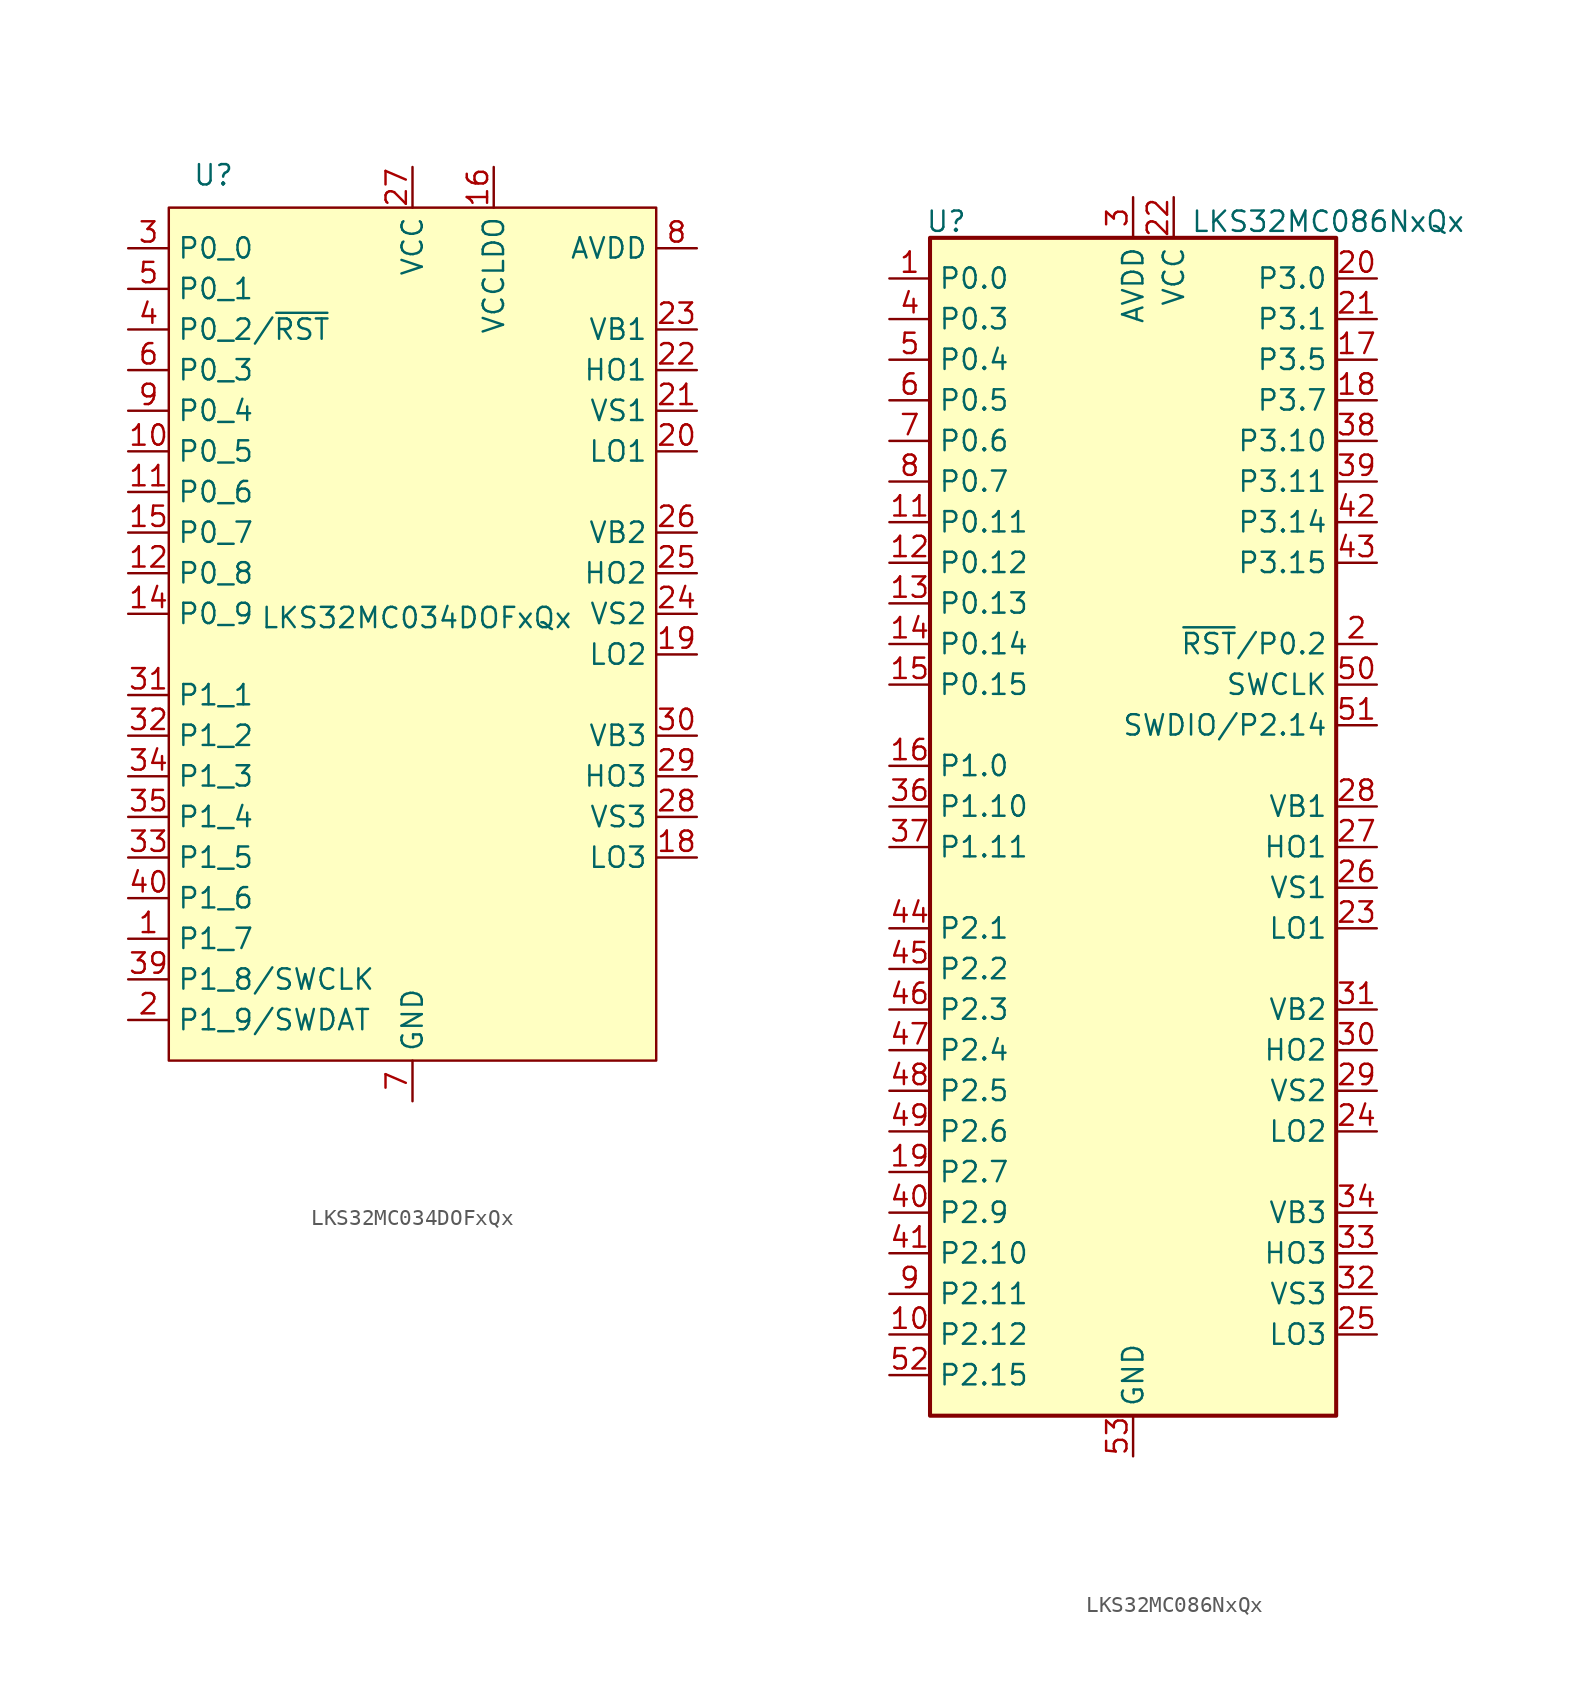
<source format=kicad_sym>
(kicad_symbol_lib
  (version 20231120)
  (generator "kicad_symbol_editor")
  (generator_version "8.0")
  (symbol "LKS32MC034DOFxQx"
    (property "Reference" "U"
      (at -12.446 27.432 0)
      (effects (font (size 1.27 1.27))))
    (property "Value" "LKS32MC034DOFxQx"
      (at 0.254 -0.254 0)
      (effects (font (size 1.27 1.27))))
    (symbol "LKS32MC034DOFxQx_1_1"
      (rectangle (start -15.24 25.4) (end 15.24 -27.94) (stroke (width 0) (type default)) (fill (type background)))
      (pin bidirectional line (at -17.78 -20.32 0) (length 2.54) (name "P1_7" (effects (font (size 1.27 1.27)))) (number "1" (effects (font (size 1.27 1.27)))))
      (pin bidirectional line (at -17.78 10.16 0) (length 2.54) (name "P0_5" (effects (font (size 1.27 1.27)))) (number "10" (effects (font (size 1.27 1.27)))))
      (pin bidirectional line (at -17.78 7.62 0) (length 2.54) (name "P0_6" (effects (font (size 1.27 1.27)))) (number "11" (effects (font (size 1.27 1.27)))))
      (pin bidirectional line (at -17.78 2.54 0) (length 2.54) (name "P0_8" (effects (font (size 1.27 1.27)))) (number "12" (effects (font (size 1.27 1.27)))))
      (pin passive line (at 0 -30.48 90) (length 2.54) hide (name "GND" (effects (font (size 1.27 1.27)))) (number "13" (effects (font (size 1.27 1.27)))))
      (pin bidirectional line (at -17.78 0 0) (length 2.54) (name "P0_9" (effects (font (size 1.27 1.27)))) (number "14" (effects (font (size 1.27 1.27)))))
      (pin bidirectional line (at -17.78 5.08 0) (length 2.54) (name "P0_7" (effects (font (size 1.27 1.27)))) (number "15" (effects (font (size 1.27 1.27)))))
      (pin power_in line (at 5.08 27.94 270) (length 2.54) (name "VCCLDO" (effects (font (size 1.27 1.27)))) (number "16" (effects (font (size 1.27 1.27)))))
      (pin passive line (at 0 -30.48 90) (length 2.54) hide (name "GND" (effects (font (size 1.27 1.27)))) (number "17" (effects (font (size 1.27 1.27)))))
      (pin output line (at 17.78 -15.24 180) (length 2.54) (name "LO3" (effects (font (size 1.27 1.27)))) (number "18" (effects (font (size 1.27 1.27)))))
      (pin output line (at 17.78 -2.54 180) (length 2.54) (name "LO2" (effects (font (size 1.27 1.27)))) (number "19" (effects (font (size 1.27 1.27)))))
      (pin bidirectional line (at -17.78 -25.4 0) (length 2.54) (name "P1_9/SWDAT" (effects (font (size 1.27 1.27)))) (number "2" (effects (font (size 1.27 1.27)))))
      (pin output line (at 17.78 10.16 180) (length 2.54) (name "LO1" (effects (font (size 1.27 1.27)))) (number "20" (effects (font (size 1.27 1.27)))))
      (pin input line (at 17.78 12.7 180) (length 2.54) (name "VS1" (effects (font (size 1.27 1.27)))) (number "21" (effects (font (size 1.27 1.27)))))
      (pin output line (at 17.78 15.24 180) (length 2.54) (name "HO1" (effects (font (size 1.27 1.27)))) (number "22" (effects (font (size 1.27 1.27)))))
      (pin input line (at 17.78 17.78 180) (length 2.54) (name "VB1" (effects (font (size 1.27 1.27)))) (number "23" (effects (font (size 1.27 1.27)))))
      (pin input line (at 17.78 0 180) (length 2.54) (name "VS2" (effects (font (size 1.27 1.27)))) (number "24" (effects (font (size 1.27 1.27)))))
      (pin output line (at 17.78 2.54 180) (length 2.54) (name "HO2" (effects (font (size 1.27 1.27)))) (number "25" (effects (font (size 1.27 1.27)))))
      (pin input line (at 17.78 5.08 180) (length 2.54) (name "VB2" (effects (font (size 1.27 1.27)))) (number "26" (effects (font (size 1.27 1.27)))))
      (pin power_in line (at 0 27.94 270) (length 2.54) (name "VCC" (effects (font (size 1.27 1.27)))) (number "27" (effects (font (size 1.27 1.27)))))
      (pin input line (at 17.78 -12.7 180) (length 2.54) (name "VS3" (effects (font (size 1.27 1.27)))) (number "28" (effects (font (size 1.27 1.27)))))
      (pin output line (at 17.78 -10.16 180) (length 2.54) (name "HO3" (effects (font (size 1.27 1.27)))) (number "29" (effects (font (size 1.27 1.27)))))
      (pin bidirectional line (at -17.78 22.86 0) (length 2.54) (name "P0_0" (effects (font (size 1.27 1.27)))) (number "3" (effects (font (size 1.27 1.27)))))
      (pin input line (at 17.78 -7.62 180) (length 2.54) (name "VB3" (effects (font (size 1.27 1.27)))) (number "30" (effects (font (size 1.27 1.27)))))
      (pin bidirectional line (at -17.78 -5.08 0) (length 2.54) (name "P1_1" (effects (font (size 1.27 1.27)))) (number "31" (effects (font (size 1.27 1.27)))))
      (pin bidirectional line (at -17.78 -7.62 0) (length 2.54) (name "P1_2" (effects (font (size 1.27 1.27)))) (number "32" (effects (font (size 1.27 1.27)))))
      (pin bidirectional line (at -17.78 -15.24 0) (length 2.54) (name "P1_5" (effects (font (size 1.27 1.27)))) (number "33" (effects (font (size 1.27 1.27)))))
      (pin bidirectional line (at -17.78 -10.16 0) (length 2.54) (name "P1_3" (effects (font (size 1.27 1.27)))) (number "34" (effects (font (size 1.27 1.27)))))
      (pin bidirectional line (at -17.78 -12.7 0) (length 2.54) (name "P1_4" (effects (font (size 1.27 1.27)))) (number "35" (effects (font (size 1.27 1.27)))))
      (pin no_connect line (at 15.24 -20.32 180) (length 2.54) hide (name "NC" (effects (font (size 1.27 1.27)))) (number "36" (effects (font (size 1.27 1.27)))))
      (pin no_connect line (at 15.24 -22.86 180) (length 2.54) hide (name "NC" (effects (font (size 1.27 1.27)))) (number "37" (effects (font (size 1.27 1.27)))))
      (pin no_connect line (at 15.24 -25.4 180) (length 2.54) hide (name "NC" (effects (font (size 1.27 1.27)))) (number "38" (effects (font (size 1.27 1.27)))))
      (pin bidirectional line (at -17.78 -22.86 0) (length 2.54) (name "P1_8/SWCLK" (effects (font (size 1.27 1.27)))) (number "39" (effects (font (size 1.27 1.27)))))
      (pin bidirectional line (at -17.78 17.78 0) (length 2.54) (name "P0_2/~{RST}" (effects (font (size 1.27 1.27)))) (number "4" (effects (font (size 1.27 1.27)))))
      (pin bidirectional line (at -17.78 -17.78 0) (length 2.54) (name "P1_6" (effects (font (size 1.27 1.27)))) (number "40" (effects (font (size 1.27 1.27)))))
      (pin passive line (at 0 -30.48 90) (length 2.54) hide (name "GND" (effects (font (size 1.27 1.27)))) (number "41" (effects (font (size 1.27 1.27)))))
      (pin bidirectional line (at -17.78 20.32 0) (length 2.54) (name "P0_1" (effects (font (size 1.27 1.27)))) (number "5" (effects (font (size 1.27 1.27)))))
      (pin bidirectional line (at -17.78 15.24 0) (length 2.54) (name "P0_3" (effects (font (size 1.27 1.27)))) (number "6" (effects (font (size 1.27 1.27)))))
      (pin power_in line (at 0 -30.48 90) (length 2.54) (name "GND" (effects (font (size 1.27 1.27)))) (number "7" (effects (font (size 1.27 1.27)))))
      (pin power_out line (at 17.78 22.86 180) (length 2.54) (name "AVDD" (effects (font (size 1.27 1.27)))) (number "8" (effects (font (size 1.27 1.27)))))
      (pin bidirectional line (at -17.78 12.7 0) (length 2.54) (name "P0_4" (effects (font (size 1.27 1.27)))) (number "9" (effects (font (size 1.27 1.27)))))))
  (symbol "LKS32MC086NxQx"
    (property "Reference" "U"
      (at -11.684 36.576 0)
      (effects (font (size 1.27 1.27))))
    (property "Value" "LKS32MC086NxQx"
      (at 12.192 36.576 0)
      (effects (font (size 1.27 1.27))))
    (symbol "LKS32MC086NxQx_1_1"
      (rectangle (start -12.7 35.56) (end 12.7 -38.1) (stroke (width 0.254) (type default)) (fill (type background)))
      (pin bidirectional line (at -15.24 33.02 0) (length 2.54) (name "P0.0" (effects (font (size 1.27 1.27)))) (number "1" (effects (font (size 1.27 1.27)))))
      (pin bidirectional line (at -15.24 -33.02 0) (length 2.54) (name "P2.12" (effects (font (size 1.27 1.27)))) (number "10" (effects (font (size 1.27 1.27)))))
      (pin bidirectional line (at -15.24 17.78 0) (length 2.54) (name "P0.11" (effects (font (size 1.27 1.27)))) (number "11" (effects (font (size 1.27 1.27)))))
      (pin bidirectional line (at -15.24 15.24 0) (length 2.54) (name "P0.12" (effects (font (size 1.27 1.27)))) (number "12" (effects (font (size 1.27 1.27)))))
      (pin bidirectional line (at -15.24 12.7 0) (length 2.54) (name "P0.13" (effects (font (size 1.27 1.27)))) (number "13" (effects (font (size 1.27 1.27)))))
      (pin bidirectional line (at -15.24 10.16 0) (length 2.54) (name "P0.14" (effects (font (size 1.27 1.27)))) (number "14" (effects (font (size 1.27 1.27)))))
      (pin bidirectional line (at -15.24 7.62 0) (length 2.54) (name "P0.15" (effects (font (size 1.27 1.27)))) (number "15" (effects (font (size 1.27 1.27)))))
      (pin bidirectional line (at -15.24 2.54 0) (length 2.54) (name "P1.0" (effects (font (size 1.27 1.27)))) (number "16" (effects (font (size 1.27 1.27)))))
      (pin bidirectional line (at 15.24 27.94 180) (length 2.54) (name "P3.5" (effects (font (size 1.27 1.27)))) (number "17" (effects (font (size 1.27 1.27)))))
      (pin bidirectional line (at 15.24 25.4 180) (length 2.54) (name "P3.7" (effects (font (size 1.27 1.27)))) (number "18" (effects (font (size 1.27 1.27)))))
      (pin bidirectional line (at -15.24 -22.86 0) (length 2.54) (name "P2.7" (effects (font (size 1.27 1.27)))) (number "19" (effects (font (size 1.27 1.27)))))
      (pin bidirectional line (at 15.24 10.16 180) (length 2.54) (name "~{RST}/P0.2" (effects (font (size 1.27 1.27)))) (number "2" (effects (font (size 1.27 1.27)))))
      (pin bidirectional line (at 15.24 33.02 180) (length 2.54) (name "P3.0" (effects (font (size 1.27 1.27)))) (number "20" (effects (font (size 1.27 1.27)))))
      (pin bidirectional line (at 15.24 30.48 180) (length 2.54) (name "P3.1" (effects (font (size 1.27 1.27)))) (number "21" (effects (font (size 1.27 1.27)))))
      (pin power_in line (at 2.54 38.1 270) (length 2.54) (name "VCC" (effects (font (size 1.27 1.27)))) (number "22" (effects (font (size 1.27 1.27)))))
      (pin output line (at 15.24 -7.62 180) (length 2.54) (name "LO1" (effects (font (size 1.27 1.27)))) (number "23" (effects (font (size 1.27 1.27)))))
      (pin output line (at 15.24 -20.32 180) (length 2.54) (name "LO2" (effects (font (size 1.27 1.27)))) (number "24" (effects (font (size 1.27 1.27)))))
      (pin output line (at 15.24 -33.02 180) (length 2.54) (name "LO3" (effects (font (size 1.27 1.27)))) (number "25" (effects (font (size 1.27 1.27)))))
      (pin bidirectional line (at 15.24 -5.08 180) (length 2.54) (name "VS1" (effects (font (size 1.27 1.27)))) (number "26" (effects (font (size 1.27 1.27)))))
      (pin output line (at 15.24 -2.54 180) (length 2.54) (name "HO1" (effects (font (size 1.27 1.27)))) (number "27" (effects (font (size 1.27 1.27)))))
      (pin bidirectional line (at 15.24 0 180) (length 2.54) (name "VB1" (effects (font (size 1.27 1.27)))) (number "28" (effects (font (size 1.27 1.27)))))
      (pin bidirectional line (at 15.24 -17.78 180) (length 2.54) (name "VS2" (effects (font (size 1.27 1.27)))) (number "29" (effects (font (size 1.27 1.27)))))
      (pin power_in line (at 0 38.1 270) (length 2.54) (name "AVDD" (effects (font (size 1.27 1.27)))) (number "3" (effects (font (size 1.27 1.27)))))
      (pin output line (at 15.24 -15.24 180) (length 2.54) (name "HO2" (effects (font (size 1.27 1.27)))) (number "30" (effects (font (size 1.27 1.27)))))
      (pin bidirectional line (at 15.24 -12.7 180) (length 2.54) (name "VB2" (effects (font (size 1.27 1.27)))) (number "31" (effects (font (size 1.27 1.27)))))
      (pin bidirectional line (at 15.24 -30.48 180) (length 2.54) (name "VS3" (effects (font (size 1.27 1.27)))) (number "32" (effects (font (size 1.27 1.27)))))
      (pin output line (at 15.24 -27.94 180) (length 2.54) (name "HO3" (effects (font (size 1.27 1.27)))) (number "33" (effects (font (size 1.27 1.27)))))
      (pin bidirectional line (at 15.24 -25.4 180) (length 2.54) (name "VB3" (effects (font (size 1.27 1.27)))) (number "34" (effects (font (size 1.27 1.27)))))
      (pin no_connect line (at 12.7 -35.56 180) (length 2.54) hide (name "NC" (effects (font (size 1.27 1.27)))) (number "35" (effects (font (size 1.27 1.27)))))
      (pin bidirectional line (at -15.24 0 0) (length 2.54) (name "P1.10" (effects (font (size 1.27 1.27)))) (number "36" (effects (font (size 1.27 1.27)))))
      (pin bidirectional line (at -15.24 -2.54 0) (length 2.54) (name "P1.11" (effects (font (size 1.27 1.27)))) (number "37" (effects (font (size 1.27 1.27)))))
      (pin bidirectional line (at 15.24 22.86 180) (length 2.54) (name "P3.10" (effects (font (size 1.27 1.27)))) (number "38" (effects (font (size 1.27 1.27)))))
      (pin bidirectional line (at 15.24 20.32 180) (length 2.54) (name "P3.11" (effects (font (size 1.27 1.27)))) (number "39" (effects (font (size 1.27 1.27)))))
      (pin bidirectional line (at -15.24 30.48 0) (length 2.54) (name "P0.3" (effects (font (size 1.27 1.27)))) (number "4" (effects (font (size 1.27 1.27)))))
      (pin bidirectional line (at -15.24 -25.4 0) (length 2.54) (name "P2.9" (effects (font (size 1.27 1.27)))) (number "40" (effects (font (size 1.27 1.27)))))
      (pin bidirectional line (at -15.24 -27.94 0) (length 2.54) (name "P2.10" (effects (font (size 1.27 1.27)))) (number "41" (effects (font (size 1.27 1.27)))))
      (pin bidirectional line (at 15.24 17.78 180) (length 2.54) (name "P3.14" (effects (font (size 1.27 1.27)))) (number "42" (effects (font (size 1.27 1.27)))))
      (pin bidirectional line (at 15.24 15.24 180) (length 2.54) (name "P3.15" (effects (font (size 1.27 1.27)))) (number "43" (effects (font (size 1.27 1.27)))))
      (pin bidirectional line (at -15.24 -7.62 0) (length 2.54) (name "P2.1" (effects (font (size 1.27 1.27)))) (number "44" (effects (font (size 1.27 1.27)))))
      (pin bidirectional line (at -15.24 -10.16 0) (length 2.54) (name "P2.2" (effects (font (size 1.27 1.27)))) (number "45" (effects (font (size 1.27 1.27)))))
      (pin bidirectional line (at -15.24 -12.7 0) (length 2.54) (name "P2.3" (effects (font (size 1.27 1.27)))) (number "46" (effects (font (size 1.27 1.27)))))
      (pin bidirectional line (at -15.24 -15.24 0) (length 2.54) (name "P2.4" (effects (font (size 1.27 1.27)))) (number "47" (effects (font (size 1.27 1.27)))))
      (pin bidirectional line (at -15.24 -17.78 0) (length 2.54) (name "P2.5" (effects (font (size 1.27 1.27)))) (number "48" (effects (font (size 1.27 1.27)))))
      (pin bidirectional line (at -15.24 -20.32 0) (length 2.54) (name "P2.6" (effects (font (size 1.27 1.27)))) (number "49" (effects (font (size 1.27 1.27)))))
      (pin bidirectional line (at -15.24 27.94 0) (length 2.54) (name "P0.4" (effects (font (size 1.27 1.27)))) (number "5" (effects (font (size 1.27 1.27)))))
      (pin input line (at 15.24 7.62 180) (length 2.54) (name "SWCLK" (effects (font (size 1.27 1.27)))) (number "50" (effects (font (size 1.27 1.27)))))
      (pin bidirectional line (at 15.24 5.08 180) (length 2.54) (name "SWDIO/P2.14" (effects (font (size 1.27 1.27)))) (number "51" (effects (font (size 1.27 1.27)))))
      (pin bidirectional line (at -15.24 -35.56 0) (length 2.54) (name "P2.15" (effects (font (size 1.27 1.27)))) (number "52" (effects (font (size 1.27 1.27)))))
      (pin power_in line (at 0 -40.64 90) (length 2.54) (name "GND" (effects (font (size 1.27 1.27)))) (number "53" (effects (font (size 1.27 1.27)))))
      (pin bidirectional line (at -15.24 25.4 0) (length 2.54) (name "P0.5" (effects (font (size 1.27 1.27)))) (number "6" (effects (font (size 1.27 1.27)))))
      (pin bidirectional line (at -15.24 22.86 0) (length 2.54) (name "P0.6" (effects (font (size 1.27 1.27)))) (number "7" (effects (font (size 1.27 1.27)))))
      (pin bidirectional line (at -15.24 20.32 0) (length 2.54) (name "P0.7" (effects (font (size 1.27 1.27)))) (number "8" (effects (font (size 1.27 1.27)))))
      (pin bidirectional line (at -15.24 -30.48 0) (length 2.54) (name "P2.11" (effects (font (size 1.27 1.27)))) (number "9" (effects (font (size 1.27 1.27))))))))
</source>
